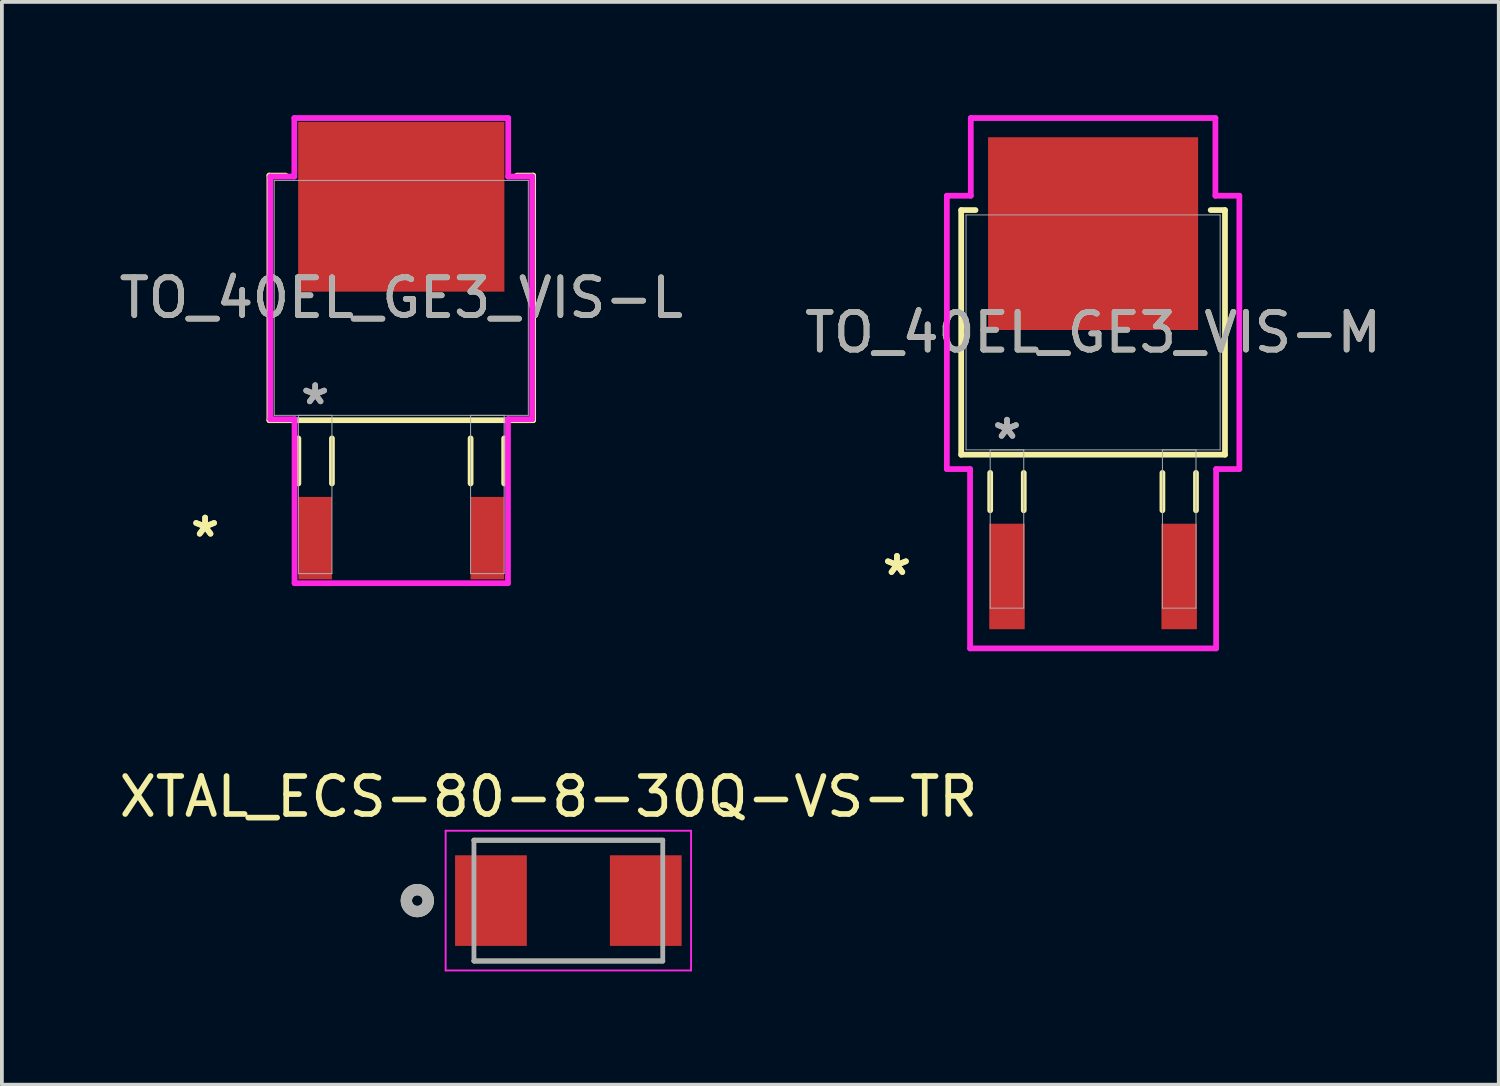
<source format=kicad_pcb>
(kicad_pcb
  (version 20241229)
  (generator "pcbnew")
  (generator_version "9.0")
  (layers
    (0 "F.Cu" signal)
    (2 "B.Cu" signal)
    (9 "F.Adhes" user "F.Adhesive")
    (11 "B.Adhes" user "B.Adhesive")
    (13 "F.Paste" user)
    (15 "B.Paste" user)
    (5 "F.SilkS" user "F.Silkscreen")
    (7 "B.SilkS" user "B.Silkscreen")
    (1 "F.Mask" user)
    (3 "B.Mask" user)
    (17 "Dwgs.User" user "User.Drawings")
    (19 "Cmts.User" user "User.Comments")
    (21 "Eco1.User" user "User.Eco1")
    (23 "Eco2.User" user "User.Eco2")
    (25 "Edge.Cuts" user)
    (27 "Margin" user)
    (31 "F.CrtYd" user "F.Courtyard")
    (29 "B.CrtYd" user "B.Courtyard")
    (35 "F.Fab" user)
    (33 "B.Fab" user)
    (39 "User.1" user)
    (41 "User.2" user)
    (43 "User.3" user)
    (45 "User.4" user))
  (footprint "TO_40EL_GE3_VIS-L"
    (layer "F.Cu")
    (at 7.577 4.839)
    (property "Reference" "TO_40EL_GE3_VIS-L" (at 0 0 0) (unlocked yes) (layer "F.SilkS") (effects (font (size 1 1) (thickness 0.15))))
    (attr smd)
    (fp_line (start -3.493 -3.239) (end -3.493 3.239) (stroke (width 0.152) (type solid)) (layer "F.SilkS"))
    (fp_line (start -3.493 3.239) (end 3.493 3.239) (stroke (width 0.152) (type solid)) (layer "F.SilkS"))
    (fp_line (start -3.063 -3.239) (end -3.493 -3.239) (stroke (width 0.152) (type solid)) (layer "F.SilkS"))
    (fp_line (start -2.725 3.721) (end -2.725 4.915) (stroke (width 0.152) (type solid)) (layer "F.SilkS"))
    (fp_line (start -1.836 3.721) (end -1.836 4.915) (stroke (width 0.152) (type solid)) (layer "F.SilkS"))
    (fp_line (start 1.836 3.721) (end 1.836 4.915) (stroke (width 0.152) (type solid)) (layer "F.SilkS"))
    (fp_line (start 2.725 3.721) (end 2.725 4.915) (stroke (width 0.152) (type solid)) (layer "F.SilkS"))
    (fp_line (start 3.493 -3.239) (end 3.063 -3.239) (stroke (width 0.152) (type solid)) (layer "F.SilkS"))
    (fp_line (start 3.493 3.239) (end 3.493 -3.239) (stroke (width 0.152) (type solid)) (layer "F.SilkS"))
    (fp_line (start -3.467 -3.213) (end -2.832 -3.213) (stroke (width 0.152) (type solid)) (layer "F.CrtYd"))
    (fp_line (start -3.467 3.213) (end -3.467 -3.213) (stroke (width 0.152) (type solid)) (layer "F.CrtYd"))
    (fp_line (start -2.832 -4.763) (end 2.832 -4.763) (stroke (width 0.152) (type solid)) (layer "F.CrtYd"))
    (fp_line (start -2.832 -3.213) (end -2.832 -4.763) (stroke (width 0.152) (type solid)) (layer "F.CrtYd"))
    (fp_line (start -2.826 3.213) (end -3.467 3.213) (stroke (width 0.152) (type solid)) (layer "F.CrtYd"))
    (fp_line (start -2.826 7.556) (end -2.826 3.213) (stroke (width 0.152) (type solid)) (layer "F.CrtYd"))
    (fp_line (start 2.826 3.213) (end 2.826 7.556) (stroke (width 0.152) (type solid)) (layer "F.CrtYd"))
    (fp_line (start 2.826 7.556) (end -2.826 7.556) (stroke (width 0.152) (type solid)) (layer "F.CrtYd"))
    (fp_line (start 2.832 -4.763) (end 2.832 -3.213) (stroke (width 0.152) (type solid)) (layer "F.CrtYd"))
    (fp_line (start 2.832 -3.213) (end 3.467 -3.213) (stroke (width 0.152) (type solid)) (layer "F.CrtYd"))
    (fp_line (start 3.467 -3.213) (end 3.467 3.213) (stroke (width 0.152) (type solid)) (layer "F.CrtYd"))
    (fp_line (start 3.467 3.213) (end 2.826 3.213) (stroke (width 0.152) (type solid)) (layer "F.CrtYd"))
    (fp_line (start -3.365 -3.111) (end -3.365 3.111) (stroke (width 0.025) (type solid)) (layer "F.Fab"))
    (fp_line (start -3.365 3.111) (end 3.365 3.111) (stroke (width 0.025) (type solid)) (layer "F.Fab"))
    (fp_line (start -2.725 3.111) (end -2.725 7.303) (stroke (width 0.025) (type solid)) (layer "F.Fab"))
    (fp_line (start -2.725 7.303) (end -1.836 7.303) (stroke (width 0.025) (type solid)) (layer "F.Fab"))
    (fp_line (start -1.836 3.111) (end -2.725 3.111) (stroke (width 0.025) (type solid)) (layer "F.Fab"))
    (fp_line (start -1.836 7.303) (end -1.836 3.111) (stroke (width 0.025) (type solid)) (layer "F.Fab"))
    (fp_line (start 1.836 3.111) (end 1.836 7.303) (stroke (width 0.025) (type solid)) (layer "F.Fab"))
    (fp_line (start 1.836 7.303) (end 2.725 7.303) (stroke (width 0.025) (type solid)) (layer "F.Fab"))
    (fp_line (start 2.725 3.111) (end 1.836 3.111) (stroke (width 0.025) (type solid)) (layer "F.Fab"))
    (fp_line (start 2.725 7.303) (end 2.725 3.111) (stroke (width 0.025) (type solid)) (layer "F.Fab"))
    (fp_line (start 3.365 -3.111) (end -3.365 -3.111) (stroke (width 0.025) (type solid)) (layer "F.Fab"))
    (fp_line (start 3.365 3.111) (end 3.365 -3.111) (stroke (width 0.025) (type solid)) (layer "F.Fab"))
    (fp_text user "*" (at -5.195 6.363 0) (unlocked yes) (layer "F.SilkS") (effects (font (size 1 1) (thickness 0.15))))
    (fp_text user "*" (at -5.195 6.363 0) (layer "F.SilkS") (effects (font (size 1 1) (thickness 0.15))))
    (fp_text user "${REFERENCE}" (at 0 0 0) (unlocked yes) (layer "F.Fab") (effects (font (size 1 1) (thickness 0.15))))
    (fp_text user "*" (at -2.28 2.857 0) (layer "F.Fab") (effects (font (size 1 1) (thickness 0.15))))
    (fp_text user "*" (at -2.28 2.857 0) (unlocked yes) (layer "F.Fab") (effects (font (size 1 1) (thickness 0.15))))
    (pad "1" smd rect (at -2.28 6.363) (size 0.889 2.184) (layers "F.Cu" "F.Mask" "F.Paste"))
    (pad "2" smd rect (at 2.28 6.363) (size 0.889 2.184) (layers "F.Cu" "F.Mask" "F.Paste"))
    (pad "3" smd rect (at 0 -2.413) (size 5.461 4.496) (layers "F.Cu" "F.Mask" "F.Paste")))
  (footprint "XTAL_ECS-80-8-30Q-VS-TR"
    (layer "F.Cu")
    (at 12.002 20.801)
    (property "Reference" "XTAL_ECS-80-8-30Q-VS-TR" (at -0.526 -2.751 0) (layer "F.SilkS") (effects (font (size 1.006 1.006) (thickness 0.15))))
    (attr smd)
    (fp_line (start -2.5 1.6) (end 2.5 1.6) (stroke (width 0.127) (type solid)) (layer "F.SilkS"))
    (fp_line (start 2.5 -1.6) (end -2.5 -1.6) (stroke (width 0.127) (type solid)) (layer "F.SilkS"))
    (fp_circle (center -4 0) (end -3.859 0) (stroke (width 0.3) (type solid)) (fill no) (layer "F.SilkS"))
    (fp_line (start -3.25 -1.85) (end -3.25 1.85) (stroke (width 0.05) (type solid)) (layer "F.CrtYd"))
    (fp_line (start -3.25 1.85) (end 3.25 1.85) (stroke (width 0.05) (type solid)) (layer "F.CrtYd"))
    (fp_line (start 3.25 -1.85) (end -3.25 -1.85) (stroke (width 0.05) (type solid)) (layer "F.CrtYd"))
    (fp_line (start 3.25 1.85) (end 3.25 -1.85) (stroke (width 0.05) (type solid)) (layer "F.CrtYd"))
    (fp_line (start -2.5 -1.6) (end -2.5 1.6) (stroke (width 0.127) (type solid)) (layer "F.Fab"))
    (fp_line (start -2.5 1.6) (end 2.5 1.6) (stroke (width 0.127) (type solid)) (layer "F.Fab"))
    (fp_line (start 2.5 -1.6) (end -2.5 -1.6) (stroke (width 0.127) (type solid)) (layer "F.Fab"))
    (fp_line (start 2.5 1.6) (end 2.5 -1.6) (stroke (width 0.127) (type solid)) (layer "F.Fab"))
    (fp_circle (center -4 0) (end -3.859 0) (stroke (width 0.3) (type solid)) (fill no) (layer "F.Fab"))
    (pad "1" smd rect (at -2.05 0) (size 1.9 2.4) (layers "F.Cu" "F.Mask" "F.Paste"))
    (pad "2" smd rect (at 2.05 0) (size 1.9 2.4) (layers "F.Cu" "F.Mask" "F.Paste")))
  (footprint "TO_40EL_GE3_VIS-M"
    (layer "F.Cu")
    (at 25.899 5.753)
    (property "Reference" "TO_40EL_GE3_VIS-M" (at 0 0 0) (unlocked yes) (layer "F.SilkS") (effects (font (size 1 1) (thickness 0.15))))
    (attr smd)
    (fp_line (start -3.493 -3.239) (end -3.493 3.239) (stroke (width 0.152) (type solid)) (layer "F.SilkS"))
    (fp_line (start -3.493 3.239) (end 3.493 3.239) (stroke (width 0.152) (type solid)) (layer "F.SilkS"))
    (fp_line (start -3.114 -3.239) (end -3.493 -3.239) (stroke (width 0.152) (type solid)) (layer "F.SilkS"))
    (fp_line (start -2.725 3.721) (end -2.725 4.712) (stroke (width 0.152) (type solid)) (layer "F.SilkS"))
    (fp_line (start -1.836 3.721) (end -1.836 4.712) (stroke (width 0.152) (type solid)) (layer "F.SilkS"))
    (fp_line (start 1.836 3.721) (end 1.836 4.712) (stroke (width 0.152) (type solid)) (layer "F.SilkS"))
    (fp_line (start 2.725 3.721) (end 2.725 4.712) (stroke (width 0.152) (type solid)) (layer "F.SilkS"))
    (fp_line (start 3.493 -3.239) (end 3.114 -3.239) (stroke (width 0.152) (type solid)) (layer "F.SilkS"))
    (fp_line (start 3.493 3.239) (end 3.493 -3.239) (stroke (width 0.152) (type solid)) (layer "F.SilkS"))
    (fp_line (start -3.873 -3.619) (end -3.239 -3.619) (stroke (width 0.152) (type solid)) (layer "F.CrtYd"))
    (fp_line (start -3.873 3.619) (end -3.873 -3.619) (stroke (width 0.152) (type solid)) (layer "F.CrtYd"))
    (fp_line (start -3.258 3.619) (end -3.873 3.619) (stroke (width 0.152) (type solid)) (layer "F.CrtYd"))
    (fp_line (start -3.258 8.369) (end -3.258 3.619) (stroke (width 0.152) (type solid)) (layer "F.CrtYd"))
    (fp_line (start -3.239 -5.677) (end 3.239 -5.677) (stroke (width 0.152) (type solid)) (layer "F.CrtYd"))
    (fp_line (start -3.239 -3.619) (end -3.239 -5.677) (stroke (width 0.152) (type solid)) (layer "F.CrtYd"))
    (fp_line (start 3.239 -5.677) (end 3.239 -3.619) (stroke (width 0.152) (type solid)) (layer "F.CrtYd"))
    (fp_line (start 3.239 -3.619) (end 3.873 -3.619) (stroke (width 0.152) (type solid)) (layer "F.CrtYd"))
    (fp_line (start 3.258 3.619) (end 3.258 8.369) (stroke (width 0.152) (type solid)) (layer "F.CrtYd"))
    (fp_line (start 3.258 8.369) (end -3.258 8.369) (stroke (width 0.152) (type solid)) (layer "F.CrtYd"))
    (fp_line (start 3.873 -3.619) (end 3.873 3.619) (stroke (width 0.152) (type solid)) (layer "F.CrtYd"))
    (fp_line (start 3.873 3.619) (end 3.258 3.619) (stroke (width 0.152) (type solid)) (layer "F.CrtYd"))
    (fp_line (start -3.365 -3.111) (end -3.365 3.111) (stroke (width 0.025) (type solid)) (layer "F.Fab"))
    (fp_line (start -3.365 3.111) (end 3.365 3.111) (stroke (width 0.025) (type solid)) (layer "F.Fab"))
    (fp_line (start -2.725 3.111) (end -2.725 7.303) (stroke (width 0.025) (type solid)) (layer "F.Fab"))
    (fp_line (start -2.725 7.303) (end -1.836 7.303) (stroke (width 0.025) (type solid)) (layer "F.Fab"))
    (fp_line (start -1.836 3.111) (end -2.725 3.111) (stroke (width 0.025) (type solid)) (layer "F.Fab"))
    (fp_line (start -1.836 7.303) (end -1.836 3.111) (stroke (width 0.025) (type solid)) (layer "F.Fab"))
    (fp_line (start 1.836 3.111) (end 1.836 7.303) (stroke (width 0.025) (type solid)) (layer "F.Fab"))
    (fp_line (start 1.836 7.303) (end 2.725 7.303) (stroke (width 0.025) (type solid)) (layer "F.Fab"))
    (fp_line (start 2.725 3.111) (end 1.836 3.111) (stroke (width 0.025) (type solid)) (layer "F.Fab"))
    (fp_line (start 2.725 7.303) (end 2.725 3.111) (stroke (width 0.025) (type solid)) (layer "F.Fab"))
    (fp_line (start 3.365 -3.111) (end -3.365 -3.111) (stroke (width 0.025) (type solid)) (layer "F.Fab"))
    (fp_line (start 3.365 3.111) (end 3.365 -3.111) (stroke (width 0.025) (type solid)) (layer "F.Fab"))
    (fp_text user "*" (at -5.195 6.464 0) (layer "F.SilkS") (effects (font (size 1 1) (thickness 0.15))))
    (fp_text user "*" (at -5.195 6.464 0) (unlocked yes) (layer "F.SilkS") (effects (font (size 1 1) (thickness 0.15))))
    (fp_text user "*" (at -2.28 2.857 0) (layer "F.Fab") (effects (font (size 1 1) (thickness 0.15))))
    (fp_text user "${REFERENCE}" (at 0 0 0) (unlocked yes) (layer "F.Fab") (effects (font (size 1 1) (thickness 0.15))))
    (fp_text user "*" (at -2.28 2.857 0) (unlocked yes) (layer "F.Fab") (effects (font (size 1 1) (thickness 0.15))))
    (pad "1" smd rect (at -2.28 6.464) (size 0.94 2.794) (layers "F.Cu" "F.Mask" "F.Paste"))
    (pad "2" smd rect (at 2.28 6.464) (size 0.94 2.794) (layers "F.Cu" "F.Mask" "F.Paste"))
    (pad "3" smd rect (at 0 -2.616) (size 5.563 5.105) (layers "F.Cu" "F.Mask" "F.Paste")))
  (gr_rect
    (start -3 -3)
    (end 36.643 25.676)
    (stroke (width 0.1) (type default))
    (fill no)
    (layer "Edge.Cuts")))
</source>
